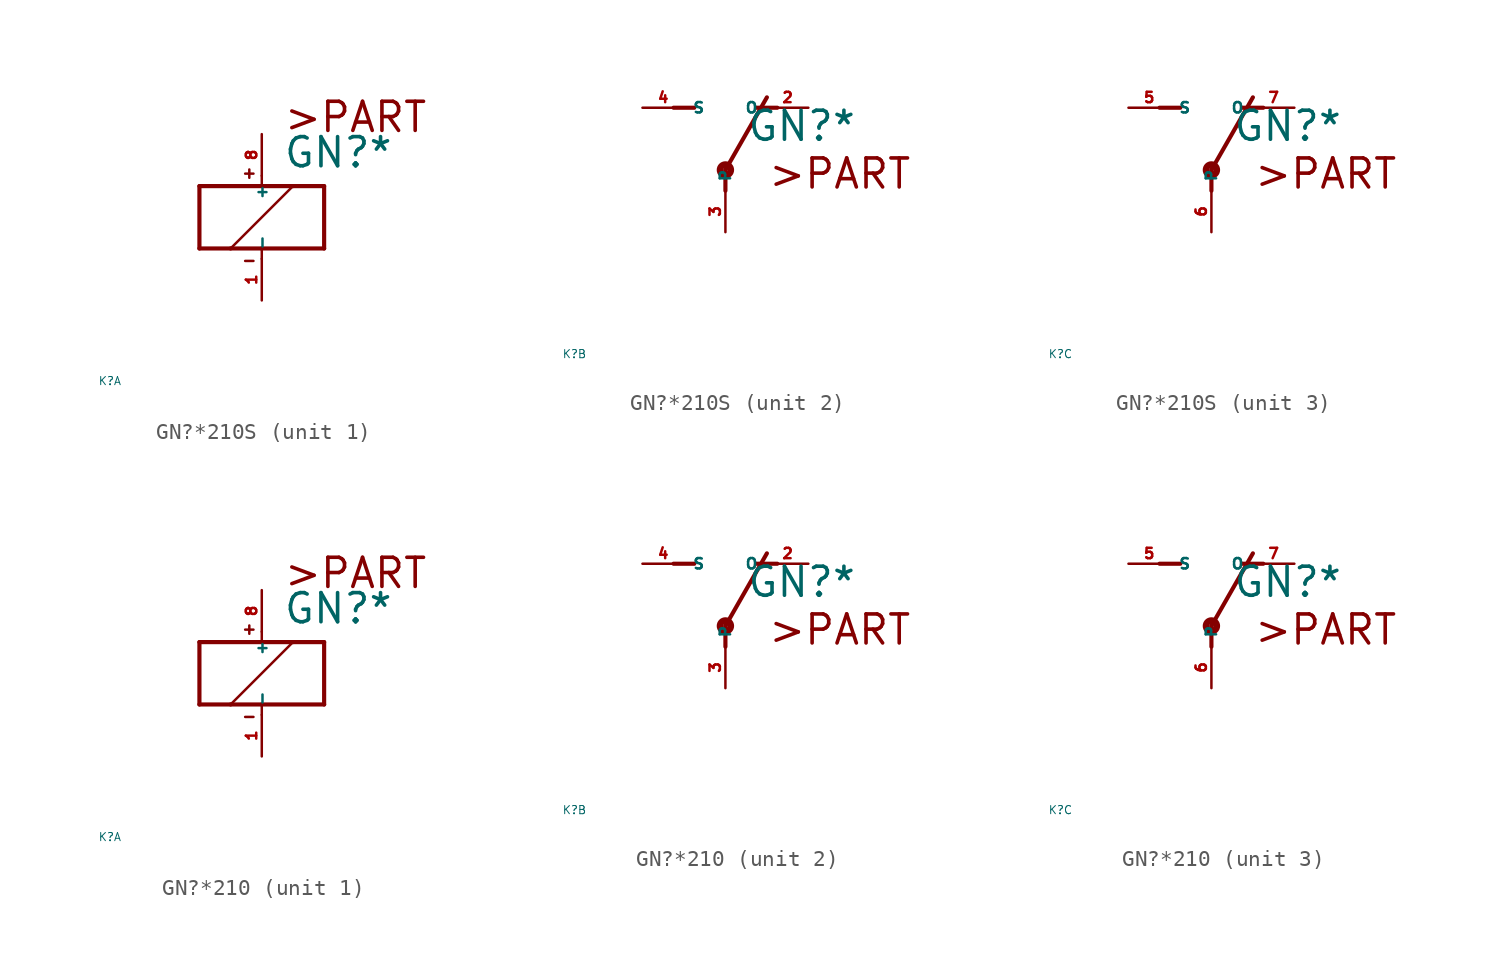
<source format=kicad_sym>
(kicad_symbol_lib
  (version 20220914)
  (generator Eagle2Kicad)
  (symbol "GN?*210S"
    (property "Reference" "K"
      (at -10 -10 0)
      (effects (font (size 0.5 0.5) (thickness 0.06)) (justify left)))
    (property "Value" "GN?*"
      (at 1.27 2.921 0)
      (effects (font (size 1.778 1.778) (thickness 0.22)) (justify left bottom)))
    (symbol "GN?*210S_1_0"
      (polyline (pts (xy -3.81 -1.905) (xy -1.905 -1.905)) (stroke (width 0.254) (type default)) (fill (type none)))
      (polyline (pts (xy 3.81 -1.905) (xy 3.81 1.905)) (stroke (width 0.254) (type default)) (fill (type none)))
      (polyline (pts (xy 3.81 1.905) (xy 1.905 1.905)) (stroke (width 0.254) (type default)) (fill (type none)))
      (polyline (pts (xy -3.81 1.905) (xy -3.81 -1.905)) (stroke (width 0.254) (type default)) (fill (type none)))
      (polyline (pts (xy 0 -2.54) (xy 0 -1.905)) (stroke (width 0.152) (type default)) (fill (type none)))
      (polyline (pts (xy 0 -1.905) (xy 3.81 -1.905)) (stroke (width 0.254) (type default)) (fill (type none)))
      (polyline (pts (xy 0 2.54) (xy 0 1.905)) (stroke (width 0.152) (type default)) (fill (type none)))
      (polyline (pts (xy 0 1.905) (xy -3.81 1.905)) (stroke (width 0.254) (type default)) (fill (type none)))
      (polyline (pts (xy -1.905 -1.905) (xy 1.905 1.905)) (stroke (width 0.152) (type default)) (fill (type none)))
      (polyline (pts (xy -1.905 -1.905) (xy 0 -1.905)) (stroke (width 0.254) (type default)) (fill (type none)))
      (polyline (pts (xy 1.905 1.905) (xy 0 1.905)) (stroke (width 0.254) (type default)) (fill (type none)))
      (polyline (pts (xy -1.016 2.667) (xy -0.508 2.667)) (stroke (width 0.152) (type default)) (fill (type none)))
      (polyline (pts (xy -0.762 2.921) (xy -0.762 2.413)) (stroke (width 0.152) (type default)) (fill (type none)))
      (polyline (pts (xy -1.016 -2.667) (xy -0.508 -2.667)) (stroke (width 0.152) (type default)) (fill (type none)))
      (text ">PART" (at 1.27 5.08 0) (effects (font (size 1.778 1.778) (thickness 0.22)) (justify left bottom)))
      (pin passive line (at 0 -5.08 90) (length 2.54) (name "-" (effects (font (size 0.635 0.635) (thickness 0.08)) (justify left bottom))) (number "1" (effects (font (size 0.635 0.635) (thickness 0.08)) (justify left bottom))))
      (pin passive line (at 0 5.08 270) (length 2.54) (name "+" (effects (font (size 0.635 0.635) (thickness 0.08)) (justify left bottom))) (number "8" (effects (font (size 0.635 0.635) (thickness 0.08)) (justify left bottom)))))
    (symbol "GN?*210S_2_0"
      (polyline (pts (xy 3.175 5.08) (xy 1.905 5.08)) (stroke (width 0.254) (type default)) (fill (type none)))
      (polyline (pts (xy -3.175 5.08) (xy -1.905 5.08)) (stroke (width 0.254) (type default)) (fill (type none)))
      (polyline (pts (xy 0 1.27) (xy 2.54 5.715)) (stroke (width 0.254) (type default)) (fill (type none)))
      (polyline (pts (xy 0 1.27) (xy 0 0)) (stroke (width 0.254) (type default)) (fill (type none)))
      (text ">PART" (at 2.54 0 0) (effects (font (size 1.778 1.778) (thickness 0.22)) (justify left bottom)))
      (circle (center 0 1.27) (radius 0.127) (stroke (width 0.406) (type default)) (fill (type none)))
      (pin passive line (at 5.08 5.08 180) (length 2.54) (name "O" (effects (font (size 0.635 0.635) (thickness 0.08)) (justify left bottom))) (number "2" (effects (font (size 0.635 0.635) (thickness 0.08)) (justify left bottom))))
      (pin passive line (at -5.08 5.08 0) (length 2.54) (name "S" (effects (font (size 0.635 0.635) (thickness 0.08)) (justify left bottom))) (number "4" (effects (font (size 0.635 0.635) (thickness 0.08)) (justify left bottom))))
      (pin passive line (at 0 -2.54 90) (length 2.54) (name "P" (effects (font (size 0.635 0.635) (thickness 0.08)) (justify left bottom))) (number "3" (effects (font (size 0.635 0.635) (thickness 0.08)) (justify left bottom)))))
    (symbol "GN?*210S_3_0"
      (polyline (pts (xy 3.175 5.08) (xy 1.905 5.08)) (stroke (width 0.254) (type default)) (fill (type none)))
      (polyline (pts (xy -3.175 5.08) (xy -1.905 5.08)) (stroke (width 0.254) (type default)) (fill (type none)))
      (polyline (pts (xy 0 1.27) (xy 2.54 5.715)) (stroke (width 0.254) (type default)) (fill (type none)))
      (polyline (pts (xy 0 1.27) (xy 0 0)) (stroke (width 0.254) (type default)) (fill (type none)))
      (text ">PART" (at 2.54 0 0) (effects (font (size 1.778 1.778) (thickness 0.22)) (justify left bottom)))
      (circle (center 0 1.27) (radius 0.127) (stroke (width 0.406) (type default)) (fill (type none)))
      (pin passive line (at 5.08 5.08 180) (length 2.54) (name "O" (effects (font (size 0.635 0.635) (thickness 0.08)) (justify left bottom))) (number "7" (effects (font (size 0.635 0.635) (thickness 0.08)) (justify left bottom))))
      (pin passive line (at -5.08 5.08 0) (length 2.54) (name "S" (effects (font (size 0.635 0.635) (thickness 0.08)) (justify left bottom))) (number "5" (effects (font (size 0.635 0.635) (thickness 0.08)) (justify left bottom))))
      (pin passive line (at 0 -2.54 90) (length 2.54) (name "P" (effects (font (size 0.635 0.635) (thickness 0.08)) (justify left bottom))) (number "6" (effects (font (size 0.635 0.635) (thickness 0.08)) (justify left bottom))))))
  (symbol "GN?*210"
    (property "Reference" "K"
      (at -10 -10 0)
      (effects (font (size 0.5 0.5) (thickness 0.06)) (justify left)))
    (property "Value" "GN?*"
      (at 1.27 2.921 0)
      (effects (font (size 1.778 1.778) (thickness 0.22)) (justify left bottom)))
    (symbol "GN?*210_1_0"
      (polyline (pts (xy -3.81 -1.905) (xy -1.905 -1.905)) (stroke (width 0.254) (type default)) (fill (type none)))
      (polyline (pts (xy 3.81 -1.905) (xy 3.81 1.905)) (stroke (width 0.254) (type default)) (fill (type none)))
      (polyline (pts (xy 3.81 1.905) (xy 1.905 1.905)) (stroke (width 0.254) (type default)) (fill (type none)))
      (polyline (pts (xy -3.81 1.905) (xy -3.81 -1.905)) (stroke (width 0.254) (type default)) (fill (type none)))
      (polyline (pts (xy 0 -2.54) (xy 0 -1.905)) (stroke (width 0.152) (type default)) (fill (type none)))
      (polyline (pts (xy 0 -1.905) (xy 3.81 -1.905)) (stroke (width 0.254) (type default)) (fill (type none)))
      (polyline (pts (xy 0 2.54) (xy 0 1.905)) (stroke (width 0.152) (type default)) (fill (type none)))
      (polyline (pts (xy 0 1.905) (xy -3.81 1.905)) (stroke (width 0.254) (type default)) (fill (type none)))
      (polyline (pts (xy -1.905 -1.905) (xy 1.905 1.905)) (stroke (width 0.152) (type default)) (fill (type none)))
      (polyline (pts (xy -1.905 -1.905) (xy 0 -1.905)) (stroke (width 0.254) (type default)) (fill (type none)))
      (polyline (pts (xy 1.905 1.905) (xy 0 1.905)) (stroke (width 0.254) (type default)) (fill (type none)))
      (polyline (pts (xy -1.016 2.667) (xy -0.508 2.667)) (stroke (width 0.152) (type default)) (fill (type none)))
      (polyline (pts (xy -0.762 2.921) (xy -0.762 2.413)) (stroke (width 0.152) (type default)) (fill (type none)))
      (polyline (pts (xy -1.016 -2.667) (xy -0.508 -2.667)) (stroke (width 0.152) (type default)) (fill (type none)))
      (text ">PART" (at 1.27 5.08 0) (effects (font (size 1.778 1.778) (thickness 0.22)) (justify left bottom)))
      (pin passive line (at 0 -5.08 90) (length 2.54) (name "-" (effects (font (size 0.635 0.635) (thickness 0.08)) (justify left bottom))) (number "1" (effects (font (size 0.635 0.635) (thickness 0.08)) (justify left bottom))))
      (pin passive line (at 0 5.08 270) (length 2.54) (name "+" (effects (font (size 0.635 0.635) (thickness 0.08)) (justify left bottom))) (number "8" (effects (font (size 0.635 0.635) (thickness 0.08)) (justify left bottom)))))
    (symbol "GN?*210_2_0"
      (polyline (pts (xy 3.175 5.08) (xy 1.905 5.08)) (stroke (width 0.254) (type default)) (fill (type none)))
      (polyline (pts (xy -3.175 5.08) (xy -1.905 5.08)) (stroke (width 0.254) (type default)) (fill (type none)))
      (polyline (pts (xy 0 1.27) (xy 2.54 5.715)) (stroke (width 0.254) (type default)) (fill (type none)))
      (polyline (pts (xy 0 1.27) (xy 0 0)) (stroke (width 0.254) (type default)) (fill (type none)))
      (text ">PART" (at 2.54 0 0) (effects (font (size 1.778 1.778) (thickness 0.22)) (justify left bottom)))
      (circle (center 0 1.27) (radius 0.127) (stroke (width 0.406) (type default)) (fill (type none)))
      (pin passive line (at 5.08 5.08 180) (length 2.54) (name "O" (effects (font (size 0.635 0.635) (thickness 0.08)) (justify left bottom))) (number "2" (effects (font (size 0.635 0.635) (thickness 0.08)) (justify left bottom))))
      (pin passive line (at -5.08 5.08 0) (length 2.54) (name "S" (effects (font (size 0.635 0.635) (thickness 0.08)) (justify left bottom))) (number "4" (effects (font (size 0.635 0.635) (thickness 0.08)) (justify left bottom))))
      (pin passive line (at 0 -2.54 90) (length 2.54) (name "P" (effects (font (size 0.635 0.635) (thickness 0.08)) (justify left bottom))) (number "3" (effects (font (size 0.635 0.635) (thickness 0.08)) (justify left bottom)))))
    (symbol "GN?*210_3_0"
      (polyline (pts (xy 3.175 5.08) (xy 1.905 5.08)) (stroke (width 0.254) (type default)) (fill (type none)))
      (polyline (pts (xy -3.175 5.08) (xy -1.905 5.08)) (stroke (width 0.254) (type default)) (fill (type none)))
      (polyline (pts (xy 0 1.27) (xy 2.54 5.715)) (stroke (width 0.254) (type default)) (fill (type none)))
      (polyline (pts (xy 0 1.27) (xy 0 0)) (stroke (width 0.254) (type default)) (fill (type none)))
      (text ">PART" (at 2.54 0 0) (effects (font (size 1.778 1.778) (thickness 0.22)) (justify left bottom)))
      (circle (center 0 1.27) (radius 0.127) (stroke (width 0.406) (type default)) (fill (type none)))
      (pin passive line (at 5.08 5.08 180) (length 2.54) (name "O" (effects (font (size 0.635 0.635) (thickness 0.08)) (justify left bottom))) (number "7" (effects (font (size 0.635 0.635) (thickness 0.08)) (justify left bottom))))
      (pin passive line (at -5.08 5.08 0) (length 2.54) (name "S" (effects (font (size 0.635 0.635) (thickness 0.08)) (justify left bottom))) (number "5" (effects (font (size 0.635 0.635) (thickness 0.08)) (justify left bottom))))
      (pin passive line (at 0 -2.54 90) (length 2.54) (name "P" (effects (font (size 0.635 0.635) (thickness 0.08)) (justify left bottom))) (number "6" (effects (font (size 0.635 0.635) (thickness 0.08)) (justify left bottom)))))))
</source>
